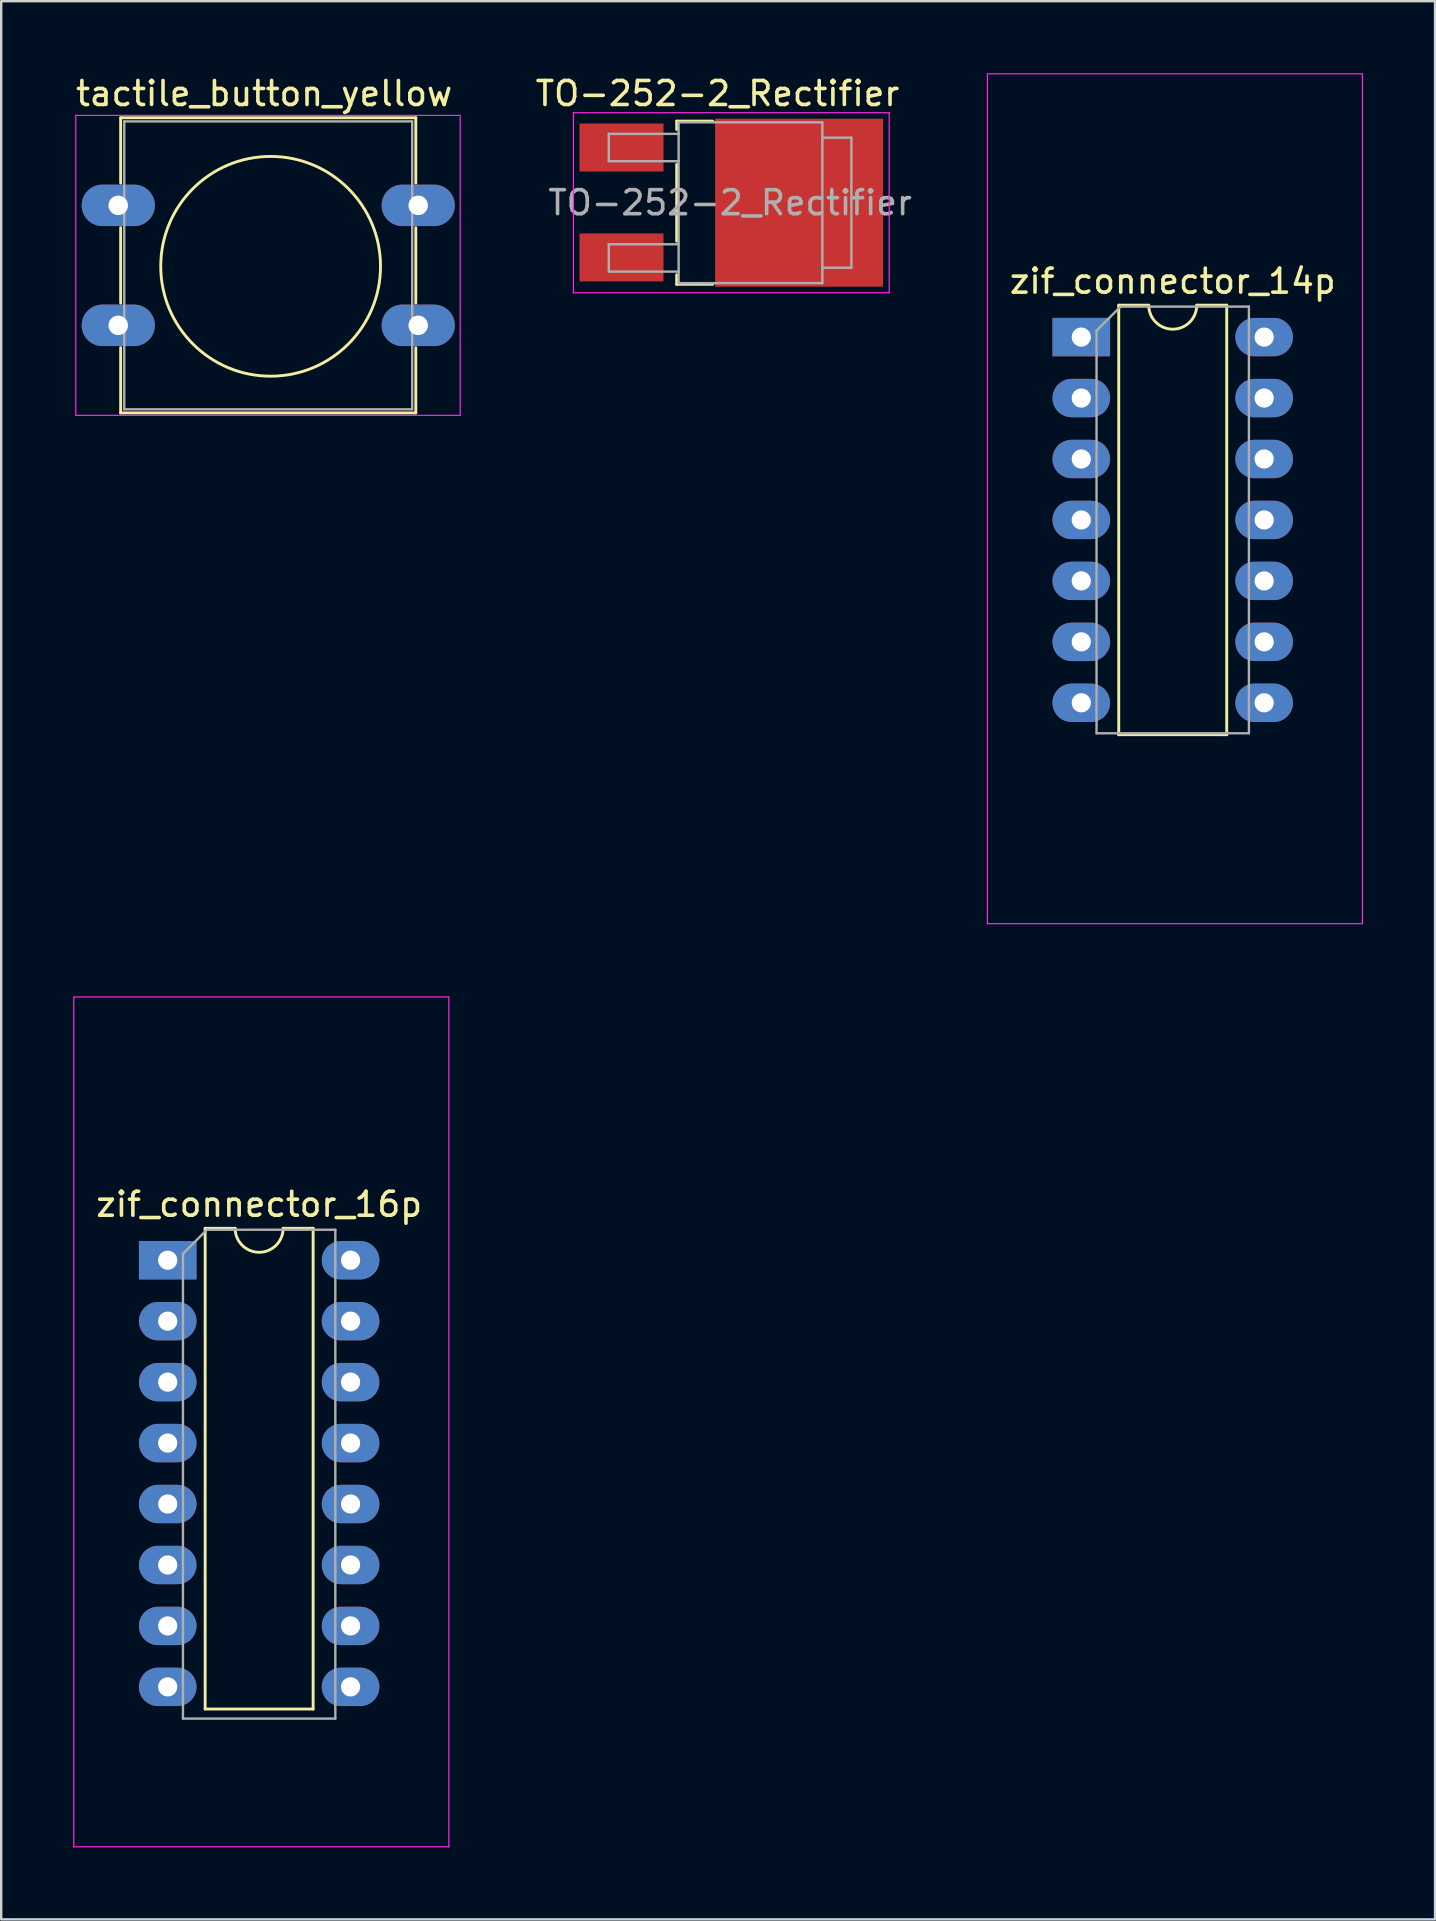
<source format=kicad_pcb>
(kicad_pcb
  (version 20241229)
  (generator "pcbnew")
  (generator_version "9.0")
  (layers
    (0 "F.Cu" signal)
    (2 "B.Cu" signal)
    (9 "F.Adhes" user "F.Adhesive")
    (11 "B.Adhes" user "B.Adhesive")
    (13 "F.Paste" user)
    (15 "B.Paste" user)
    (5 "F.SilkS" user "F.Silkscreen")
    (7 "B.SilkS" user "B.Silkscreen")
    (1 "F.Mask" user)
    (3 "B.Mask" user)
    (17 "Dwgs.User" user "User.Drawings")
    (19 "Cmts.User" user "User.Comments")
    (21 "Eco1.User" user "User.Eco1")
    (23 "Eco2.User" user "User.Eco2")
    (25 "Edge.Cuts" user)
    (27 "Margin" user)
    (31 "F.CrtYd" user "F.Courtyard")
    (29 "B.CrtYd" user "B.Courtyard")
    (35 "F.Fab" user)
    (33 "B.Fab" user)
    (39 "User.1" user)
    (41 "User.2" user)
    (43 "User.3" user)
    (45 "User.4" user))
  (footprint "zif_connector_16p"
    (layer "F.Cu")
    (at 3.939 49.467)
    (property "Reference" "zif_connector_16p" (at 3.81 -2.33 0) (layer "F.SilkS") (effects (font (size 1 1) (thickness 0.15))))
    (attr through_hole)
    (fp_line (start 1.56 -1.33) (end 1.56 18.704) (stroke (width 0.12) (type solid)) (layer "F.SilkS"))
    (fp_line (start 1.56 18.704) (end 6.06 18.704) (stroke (width 0.12) (type solid)) (layer "F.SilkS"))
    (fp_line (start 2.81 -1.33) (end 1.56 -1.33) (stroke (width 0.12) (type solid)) (layer "F.SilkS"))
    (fp_line (start 6.06 -1.33) (end 4.81 -1.33) (stroke (width 0.12) (type solid)) (layer "F.SilkS"))
    (fp_line (start 6.06 18.704) (end 6.06 -1.33) (stroke (width 0.12) (type solid)) (layer "F.SilkS"))
    (fp_arc (start 4.81 -1.33) (mid 3.81 -0.33) (end 2.81 -1.33) (stroke (width 0.12) (type solid)) (layer "F.SilkS"))
    (fp_line (start -3.914 -10.973) (end -3.914 24.445) (stroke (width 0.05) (type solid)) (layer "F.CrtYd"))
    (fp_line (start -3.914 24.445) (end 11.716 24.445) (stroke (width 0.05) (type solid)) (layer "F.CrtYd"))
    (fp_line (start 11.716 -10.973) (end -3.888 -10.973) (stroke (width 0.05) (type solid)) (layer "F.CrtYd"))
    (fp_line (start 11.716 24.445) (end 11.716 -10.973) (stroke (width 0.05) (type solid)) (layer "F.CrtYd"))
    (fp_line (start 0.635 -0.27) (end 1.635 -1.27) (stroke (width 0.1) (type solid)) (layer "F.Fab"))
    (fp_line (start 0.635 19.101) (end 0.635 -0.27) (stroke (width 0.1) (type solid)) (layer "F.Fab"))
    (fp_line (start 1.635 -1.27) (end 6.985 -1.27) (stroke (width 0.1) (type solid)) (layer "F.Fab"))
    (fp_line (start 6.985 -1.27) (end 6.985 19.101) (stroke (width 0.1) (type solid)) (layer "F.Fab"))
    (fp_line (start 6.985 19.101) (end 0.635 19.101) (stroke (width 0.1) (type solid)) (layer "F.Fab"))
    (pad "1" thru_hole rect (at 0 0) (size 2.4 1.6) (drill 0.8) (layers "*.Cu" "*.Mask"))
    (pad "2" thru_hole oval (at 0 2.54) (size 2.4 1.6) (drill 0.8) (layers "*.Cu" "*.Mask"))
    (pad "3" thru_hole oval (at 0 5.08) (size 2.4 1.6) (drill 0.8) (layers "*.Cu" "*.Mask"))
    (pad "4" thru_hole oval (at 0 7.62) (size 2.4 1.6) (drill 0.8) (layers "*.Cu" "*.Mask"))
    (pad "5" thru_hole oval (at 0 10.16) (size 2.4 1.6) (drill 0.8) (layers "*.Cu" "*.Mask"))
    (pad "6" thru_hole oval (at 0 12.7) (size 2.4 1.6) (drill 0.8) (layers "*.Cu" "*.Mask"))
    (pad "7" thru_hole oval (at 0 15.24) (size 2.4 1.6) (drill 0.8) (layers "*.Cu" "*.Mask"))
    (pad "8" thru_hole oval (at 0 17.78) (size 2.4 1.6) (drill 0.8) (layers "*.Cu" "*.Mask"))
    (pad "9" thru_hole oval (at 7.62 17.78) (size 2.4 1.6) (drill 0.8) (layers "*.Cu" "*.Mask"))
    (pad "10" thru_hole oval (at 7.62 15.24) (size 2.4 1.6) (drill 0.8) (layers "*.Cu" "*.Mask"))
    (pad "11" thru_hole oval (at 7.62 12.7) (size 2.4 1.6) (drill 0.8) (layers "*.Cu" "*.Mask"))
    (pad "12" thru_hole oval (at 7.62 10.16) (size 2.4 1.6) (drill 0.8) (layers "*.Cu" "*.Mask"))
    (pad "13" thru_hole oval (at 7.62 2.54) (size 2.4 1.6) (drill 0.8) (layers "*.Cu" "*.Mask"))
    (pad "13" thru_hole oval (at 7.62 7.62) (size 2.4 1.6) (drill 0.8) (layers "*.Cu" "*.Mask"))
    (pad "14" thru_hole oval (at 7.62 0) (size 2.4 1.6) (drill 0.8) (layers "*.Cu" "*.Mask"))
    (pad "14" thru_hole oval (at 7.62 5.08) (size 2.4 1.6) (drill 0.8) (layers "*.Cu" "*.Mask")))
  (footprint "tactile_button_yellow"
    (layer "F.Cu")
    (at 1.878 5.508)
    (property "Reference" "tactile_button_yellow" (at 6.08 -4.66 0) (layer "F.SilkS") (effects (font (size 1 1) (thickness 0.15))))
    (attr through_hole)
    (fp_line (start 0.1 -3.65) (end 12.4 -3.65) (stroke (width 0.12) (type solid)) (layer "F.SilkS"))
    (fp_line (start 0.1 -0.93) (end 0.1 -3.65) (stroke (width 0.12) (type solid)) (layer "F.SilkS"))
    (fp_line (start 0.1 4.07) (end 0.1 0.93) (stroke (width 0.12) (type solid)) (layer "F.SilkS"))
    (fp_line (start 0.1 8.65) (end 0.1 5.93) (stroke (width 0.12) (type solid)) (layer "F.SilkS"))
    (fp_line (start 12.4 -3.65) (end 12.4 -0.93) (stroke (width 0.12) (type solid)) (layer "F.SilkS"))
    (fp_line (start 12.4 0.93) (end 12.4 4.07) (stroke (width 0.12) (type solid)) (layer "F.SilkS"))
    (fp_line (start 12.4 5.93) (end 12.4 8.65) (stroke (width 0.12) (type solid)) (layer "F.SilkS"))
    (fp_line (start 12.4 8.65) (end 0.1 8.65) (stroke (width 0.12) (type solid)) (layer "F.SilkS"))
    (fp_circle (center 6.35 2.54) (end 10.16 5.08) (stroke (width 0.12) (type solid)) (fill no) (layer "F.SilkS"))
    (fp_line (start -1.77 -3.75) (end -1.77 8.75) (stroke (width 0.05) (type solid)) (layer "F.CrtYd"))
    (fp_line (start -1.77 -3.75) (end 14.25 -3.75) (stroke (width 0.05) (type solid)) (layer "F.CrtYd"))
    (fp_line (start 14.25 8.75) (end -1.77 8.75) (stroke (width 0.05) (type solid)) (layer "F.CrtYd"))
    (fp_line (start 14.25 8.75) (end 14.25 -3.75) (stroke (width 0.05) (type solid)) (layer "F.CrtYd"))
    (fp_line (start 0.25 -3.5) (end 0.25 8.5) (stroke (width 0.1) (type solid)) (layer "F.Fab"))
    (fp_line (start 0.25 -3.5) (end 12.25 -3.5) (stroke (width 0.1) (type solid)) (layer "F.Fab"))
    (fp_line (start 0.25 8.5) (end 12.25 8.5) (stroke (width 0.1) (type solid)) (layer "F.Fab"))
    (fp_line (start 12.25 -3.5) (end 12.25 8.5) (stroke (width 0.1) (type solid)) (layer "F.Fab"))
    (pad "1" thru_hole oval (at 0 0) (size 3.048 1.727) (drill 0.813) (layers "*.Cu" "*.Mask"))
    (pad "1" thru_hole oval (at 12.5 0) (size 3.048 1.727) (drill 0.813) (layers "*.Cu" "*.Mask"))
    (pad "2" thru_hole oval (at 0 5) (size 3.048 1.727) (drill 0.813) (layers "*.Cu" "*.Mask"))
    (pad "2" thru_hole oval (at 12.5 5) (size 3.048 1.727) (drill 0.813) (layers "*.Cu" "*.Mask")))
  (footprint "zif_connector_14p"
    (layer "F.Cu")
    (at 42.011 10.998)
    (property "Reference" "zif_connector_14p" (at 3.81 -2.33 0) (layer "F.SilkS") (effects (font (size 1 1) (thickness 0.15))))
    (attr through_hole)
    (fp_line (start 1.56 -1.33) (end 1.56 16.57) (stroke (width 0.12) (type solid)) (layer "F.SilkS"))
    (fp_line (start 1.56 16.57) (end 6.06 16.57) (stroke (width 0.12) (type solid)) (layer "F.SilkS"))
    (fp_line (start 2.81 -1.33) (end 1.56 -1.33) (stroke (width 0.12) (type solid)) (layer "F.SilkS"))
    (fp_line (start 6.06 -1.33) (end 4.81 -1.33) (stroke (width 0.12) (type solid)) (layer "F.SilkS"))
    (fp_line (start 6.06 16.57) (end 6.06 -1.33) (stroke (width 0.12) (type solid)) (layer "F.SilkS"))
    (fp_arc (start 4.81 -1.33) (mid 3.81 -0.33) (end 2.81 -1.33) (stroke (width 0.12) (type solid)) (layer "F.SilkS"))
    (fp_line (start -3.914 -10.973) (end -3.914 24.445) (stroke (width 0.05) (type solid)) (layer "F.CrtYd"))
    (fp_line (start -3.914 24.445) (end 11.716 24.445) (stroke (width 0.05) (type solid)) (layer "F.CrtYd"))
    (fp_line (start 11.716 -10.973) (end -3.888 -10.973) (stroke (width 0.05) (type solid)) (layer "F.CrtYd"))
    (fp_line (start 11.716 24.445) (end 11.716 -10.973) (stroke (width 0.05) (type solid)) (layer "F.CrtYd"))
    (fp_line (start 0.635 -0.27) (end 1.635 -1.27) (stroke (width 0.1) (type solid)) (layer "F.Fab"))
    (fp_line (start 0.635 16.51) (end 0.635 -0.27) (stroke (width 0.1) (type solid)) (layer "F.Fab"))
    (fp_line (start 1.635 -1.27) (end 6.985 -1.27) (stroke (width 0.1) (type solid)) (layer "F.Fab"))
    (fp_line (start 6.985 -1.27) (end 6.985 16.51) (stroke (width 0.1) (type solid)) (layer "F.Fab"))
    (fp_line (start 6.985 16.51) (end 0.635 16.51) (stroke (width 0.1) (type solid)) (layer "F.Fab"))
    (pad "1" thru_hole rect (at 0 0) (size 2.4 1.6) (drill 0.8) (layers "*.Cu" "*.Mask"))
    (pad "2" thru_hole oval (at 0 2.54) (size 2.4 1.6) (drill 0.8) (layers "*.Cu" "*.Mask"))
    (pad "3" thru_hole oval (at 0 5.08) (size 2.4 1.6) (drill 0.8) (layers "*.Cu" "*.Mask"))
    (pad "4" thru_hole oval (at 0 7.62) (size 2.4 1.6) (drill 0.8) (layers "*.Cu" "*.Mask"))
    (pad "5" thru_hole oval (at 0 10.16) (size 2.4 1.6) (drill 0.8) (layers "*.Cu" "*.Mask"))
    (pad "6" thru_hole oval (at 0 12.7) (size 2.4 1.6) (drill 0.8) (layers "*.Cu" "*.Mask"))
    (pad "7" thru_hole oval (at 0 15.24) (size 2.4 1.6) (drill 0.8) (layers "*.Cu" "*.Mask"))
    (pad "8" thru_hole oval (at 7.62 15.24) (size 2.4 1.6) (drill 0.8) (layers "*.Cu" "*.Mask"))
    (pad "9" thru_hole oval (at 7.62 12.7) (size 2.4 1.6) (drill 0.8) (layers "*.Cu" "*.Mask"))
    (pad "10" thru_hole oval (at 7.62 10.16) (size 2.4 1.6) (drill 0.8) (layers "*.Cu" "*.Mask"))
    (pad "11" thru_hole oval (at 7.62 7.62) (size 2.4 1.6) (drill 0.8) (layers "*.Cu" "*.Mask"))
    (pad "12" thru_hole oval (at 7.62 5.08) (size 2.4 1.6) (drill 0.8) (layers "*.Cu" "*.Mask"))
    (pad "13" thru_hole oval (at 7.62 2.54) (size 2.4 1.6) (drill 0.8) (layers "*.Cu" "*.Mask"))
    (pad "14" thru_hole oval (at 7.62 0) (size 2.4 1.6) (drill 0.8) (layers "*.Cu" "*.Mask")))
  (footprint "TO-252-2_Rectifier"
    (placed yes)
    (layer "F.Cu")
    (at 27.425 5.398)
    (property "Reference" "TO-252-2_Rectifier" (at -0.575 -4.55 0) (layer "F.SilkS") (effects (font (size 1 1) (thickness 0.15))))
    (attr smd)
    (fp_line (start -2.275 -3.4) (end -0.775 -3.4) (stroke (width 0.12) (type solid)) (layer "F.SilkS"))
    (fp_line (start -2.275 -3.05) (end -2.275 -3.4) (stroke (width 0.12) (type solid)) (layer "F.SilkS"))
    (fp_line (start -2.275 1.6) (end -2.275 -1.6) (stroke (width 0.12) (type solid)) (layer "F.SilkS"))
    (fp_line (start -2.275 3.4) (end -2.275 3) (stroke (width 0.12) (type solid)) (layer "F.SilkS"))
    (fp_line (start -0.775 3.4) (end -2.275 3.4) (stroke (width 0.12) (type solid)) (layer "F.SilkS"))
    (fp_line (start -6.58 3.75) (end -6.58 -3.75) (stroke (width 0.05) (type solid)) (layer "F.CrtYd"))
    (fp_line (start -6.58 3.75) (end 6.58 3.75) (stroke (width 0.05) (type solid)) (layer "F.CrtYd"))
    (fp_line (start 6.58 -3.75) (end -6.58 -3.75) (stroke (width 0.05) (type solid)) (layer "F.CrtYd"))
    (fp_line (start 6.58 -3.75) (end 6.58 3.75) (stroke (width 0.05) (type solid)) (layer "F.CrtYd"))
    (fp_line (start -5.105 -2.87) (end -5.105 -1.73) (stroke (width 0.1) (type solid)) (layer "F.Fab"))
    (fp_line (start -5.105 -1.73) (end -2.195 -1.73) (stroke (width 0.1) (type solid)) (layer "F.Fab"))
    (fp_line (start -5.105 1.73) (end -5.105 2.87) (stroke (width 0.1) (type solid)) (layer "F.Fab"))
    (fp_line (start -5.105 2.87) (end -2.195 2.87) (stroke (width 0.1) (type solid)) (layer "F.Fab"))
    (fp_line (start -2.195 -2.87) (end -5.105 -2.87) (stroke (width 0.1) (type solid)) (layer "F.Fab"))
    (fp_line (start -2.195 1.73) (end -5.105 1.73) (stroke (width 0.1) (type solid)) (layer "F.Fab"))
    (fp_line (start -2.195 3.35) (end -2.195 -3.35) (stroke (width 0.1) (type solid)) (layer "F.Fab"))
    (fp_line (start -2.195 3.35) (end 3.795 3.35) (stroke (width 0.1) (type solid)) (layer "F.Fab"))
    (fp_line (start 3.795 -3.35) (end -2.195 -3.35) (stroke (width 0.1) (type solid)) (layer "F.Fab"))
    (fp_line (start 3.795 3.35) (end 3.795 -3.35) (stroke (width 0.1) (type solid)) (layer "F.Fab"))
    (fp_line (start 3.805 -2.71) (end 5.005 -2.71) (stroke (width 0.1) (type solid)) (layer "F.Fab"))
    (fp_line (start 5.005 -2.71) (end 5.005 2.71) (stroke (width 0.1) (type solid)) (layer "F.Fab"))
    (fp_line (start 5.005 2.71) (end 3.795 2.71) (stroke (width 0.1) (type solid)) (layer "F.Fab"))
    (fp_text user "${REFERENCE}" (at -0.05 0 0) (layer "F.Fab") (effects (font (size 1 1) (thickness 0.15))))
    (pad "1" smd rect (at -4.575 2.28 270) (size 2 3.5) (layers "F.Cu" "F.Mask" "F.Paste"))
    (pad "2" smd rect (at 2.825 0 270) (size 7 7) (layers "F.Cu" "F.Mask" "F.Paste"))
    (pad "3" smd rect (at -4.575 -2.3 270) (size 2 3.5) (layers "F.Cu" "F.Mask" "F.Paste")))
  (gr_rect
    (start -3 -3)
    (end 56.752 76.938)
    (stroke (width 0.1) (type default))
    (fill no)
    (layer "Edge.Cuts")))
</source>
